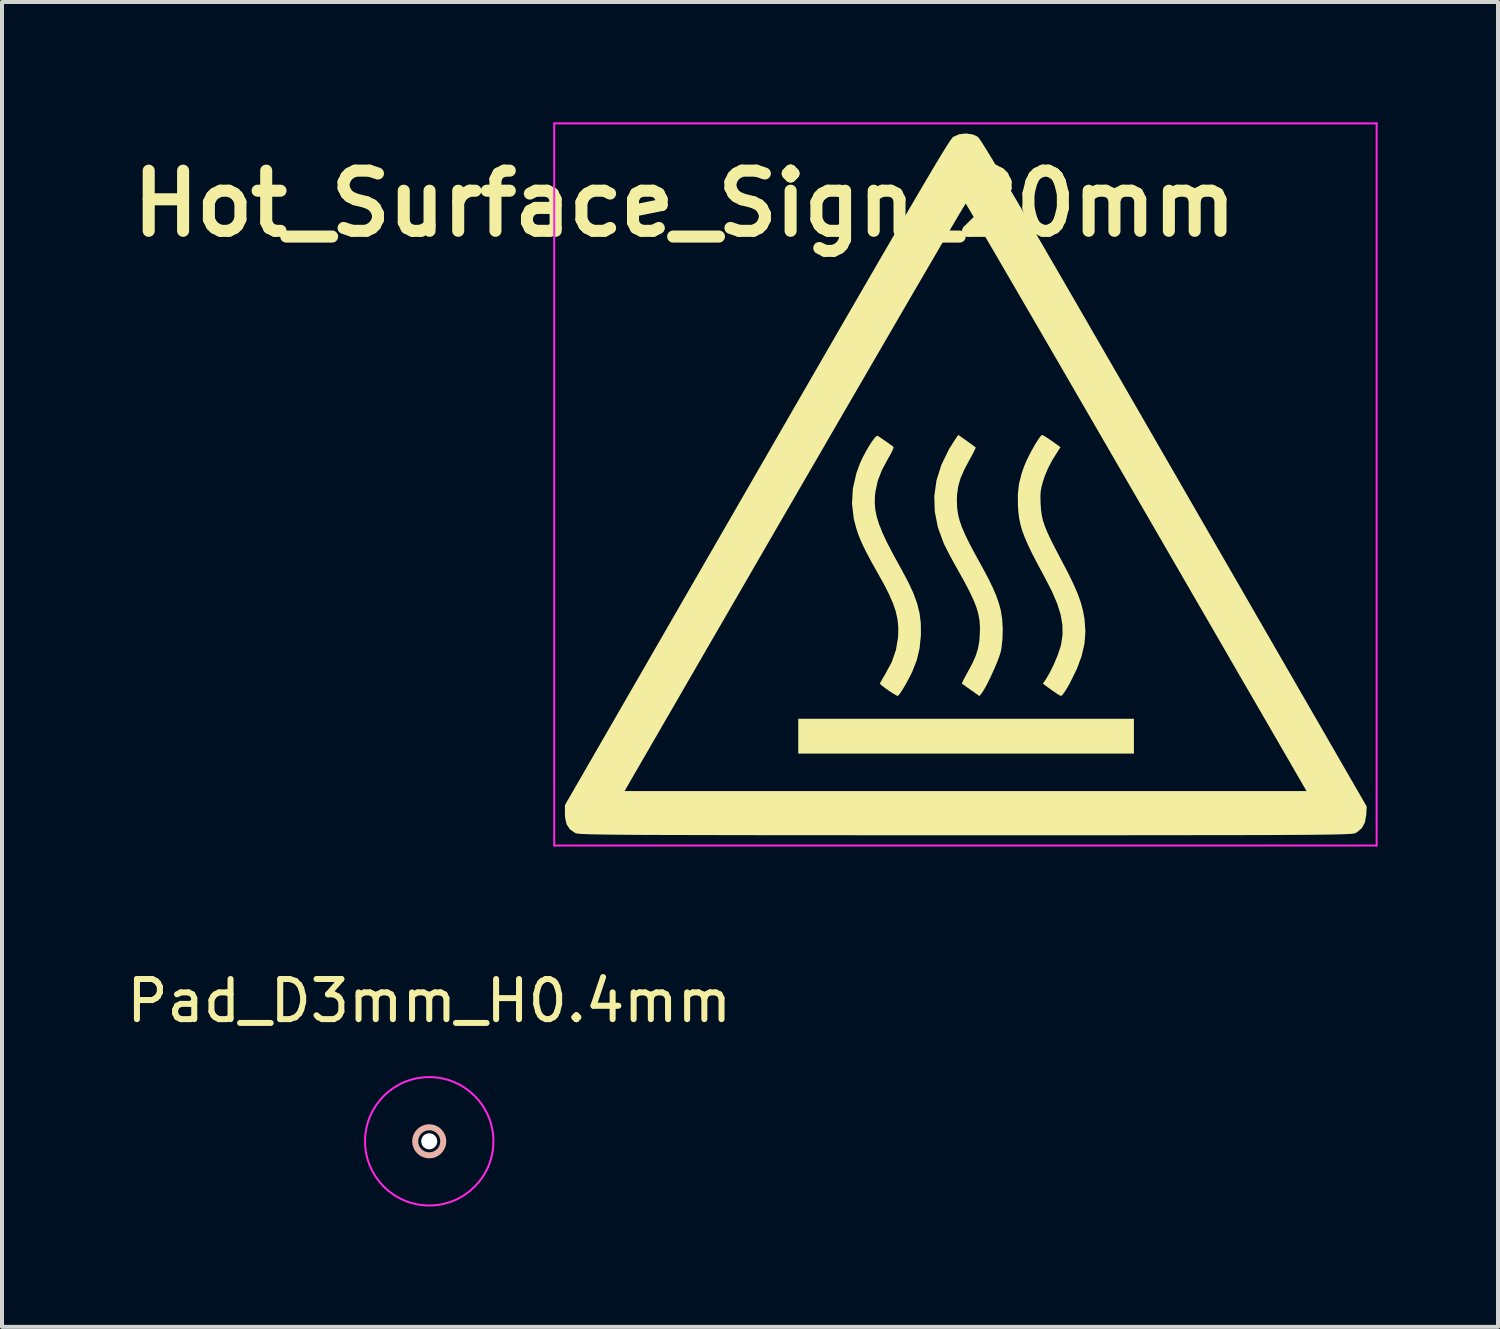
<source format=kicad_pcb>
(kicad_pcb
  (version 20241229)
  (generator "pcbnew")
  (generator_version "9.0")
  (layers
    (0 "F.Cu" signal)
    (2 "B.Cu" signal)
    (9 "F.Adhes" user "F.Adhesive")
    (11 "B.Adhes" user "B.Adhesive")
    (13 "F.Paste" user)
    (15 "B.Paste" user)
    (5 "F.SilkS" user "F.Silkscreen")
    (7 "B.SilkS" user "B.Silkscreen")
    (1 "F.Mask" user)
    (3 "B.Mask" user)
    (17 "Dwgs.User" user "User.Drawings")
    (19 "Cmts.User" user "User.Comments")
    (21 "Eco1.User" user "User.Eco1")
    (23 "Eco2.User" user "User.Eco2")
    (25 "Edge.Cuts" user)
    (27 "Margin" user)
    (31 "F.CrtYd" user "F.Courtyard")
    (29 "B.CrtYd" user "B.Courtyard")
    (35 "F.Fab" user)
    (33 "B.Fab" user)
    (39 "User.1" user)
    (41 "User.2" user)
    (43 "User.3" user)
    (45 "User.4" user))
  (footprint "Hot_Surface_Sign_20mm"
    (layer "F.Cu")
    (at 21.014 9.025)
    (property "Reference" "Hot_Surface_Sign_20mm" (at -7 -7 0) (layer "F.SilkS") (effects (font (size 1.5 1.5) (thickness 0.3))))
    (attr board_only exclude_from_pos_files exclude_from_bom)
    (fp_poly (pts (xy 4.2 6.275) (xy 4.2 6.709) (xy 0.017 6.709) (xy -4.167 6.709) (xy -4.167 6.275) (xy -4.167 5.841) (xy 0.017 5.841) (xy 4.2 5.841)) (stroke (width 0) (type solid)) (fill yes) (layer "F.SilkS"))
    (fp_poly (pts (xy 0.031 -1.087) (xy 0.132 -1.014) (xy 0.211 -0.957) (xy 0.253 -0.926) (xy 0.255 -0.924) (xy 0.246 -0.89) (xy 0.209 -0.812) (xy 0.152 -0.703) (xy 0.103 -0.616) (xy -0.029 -0.369) (xy -0.122 -0.154) (xy -0.179 0.046) (xy -0.208 0.248) (xy -0.213 0.417) (xy -0.206 0.582) (xy -0.184 0.741) (xy -0.144 0.903) (xy -0.082 1.079) (xy 0.005 1.279) (xy 0.121 1.512) (xy 0.269 1.788) (xy 0.314 1.869) (xy 0.469 2.151) (xy 0.592 2.387) (xy 0.689 2.588) (xy 0.764 2.764) (xy 0.822 2.925) (xy 0.867 3.081) (xy 0.882 3.142) (xy 0.917 3.36) (xy 0.931 3.612) (xy 0.923 3.868) (xy 0.895 4.1) (xy 0.881 4.17) (xy 0.844 4.287) (xy 0.786 4.441) (xy 0.711 4.616) (xy 0.63 4.795) (xy 0.548 4.962) (xy 0.473 5.1) (xy 0.413 5.194) (xy 0.409 5.199) (xy 0.349 5.275) (xy 0.138 5.126) (xy 0.036 5.054) (xy -0.043 4.997) (xy -0.084 4.967) (xy -0.087 4.964) (xy -0.077 4.932) (xy -0.04 4.855) (xy 0.016 4.748) (xy 0.051 4.687) (xy 0.171 4.463) (xy 0.256 4.273) (xy 0.312 4.096) (xy 0.344 3.913) (xy 0.358 3.751) (xy 0.363 3.569) (xy 0.352 3.4) (xy 0.323 3.233) (xy 0.272 3.059) (xy 0.196 2.867) (xy 0.092 2.648) (xy -0.044 2.391) (xy -0.173 2.161) (xy -0.274 1.981) (xy -0.371 1.802) (xy -0.456 1.64) (xy -0.52 1.513) (xy -0.541 1.469) (xy -0.686 1.073) (xy -0.764 0.679) (xy -0.776 0.287) (xy -0.721 -0.102) (xy -0.599 -0.489) (xy -0.411 -0.875) (xy -0.275 -1.093) (xy -0.179 -1.234)) (stroke (width 0) (type solid)) (fill yes) (layer "F.SilkS"))
    (fp_poly (pts (xy 1.951 -1.217) (xy 2.029 -1.168) (xy 2.131 -1.1) (xy 2.156 -1.082) (xy 2.37 -0.929) (xy 2.312 -0.84) (xy 2.167 -0.608) (xy 2.059 -0.403) (xy 1.977 -0.204) (xy 1.944 -0.107) (xy 1.902 0.038) (xy 1.878 0.157) (xy 1.869 0.278) (xy 1.872 0.428) (xy 1.875 0.494) (xy 1.885 0.636) (xy 1.904 0.768) (xy 1.933 0.898) (xy 1.978 1.036) (xy 2.042 1.193) (xy 2.127 1.376) (xy 2.239 1.596) (xy 2.379 1.863) (xy 2.407 1.915) (xy 2.57 2.228) (xy 2.7 2.497) (xy 2.801 2.731) (xy 2.876 2.941) (xy 2.929 3.138) (xy 2.965 3.331) (xy 2.969 3.356) (xy 2.991 3.664) (xy 2.968 3.966) (xy 2.898 4.274) (xy 2.779 4.597) (xy 2.607 4.945) (xy 2.54 5.065) (xy 2.476 5.167) (xy 2.422 5.241) (xy 2.387 5.272) (xy 2.385 5.273) (xy 2.343 5.254) (xy 2.263 5.204) (xy 2.162 5.135) (xy 2.14 5.119) (xy 1.931 4.967) (xy 2.001 4.862) (xy 2.106 4.684) (xy 2.209 4.473) (xy 2.3 4.255) (xy 2.367 4.055) (xy 2.386 3.981) (xy 2.421 3.743) (xy 2.417 3.5) (xy 2.373 3.244) (xy 2.286 2.967) (xy 2.154 2.661) (xy 1.992 2.345) (xy 1.822 2.029) (xy 1.682 1.761) (xy 1.571 1.533) (xy 1.485 1.337) (xy 1.419 1.163) (xy 1.373 1.003) (xy 1.34 0.849) (xy 1.32 0.691) (xy 1.309 0.544) (xy 1.306 0.252) (xy 1.334 -0.009) (xy 1.399 -0.267) (xy 1.468 -0.464) (xy 1.521 -0.589) (xy 1.59 -0.73) (xy 1.667 -0.874) (xy 1.744 -1.009) (xy 1.815 -1.123) (xy 1.872 -1.202) (xy 1.909 -1.235) (xy 1.911 -1.235)) (stroke (width 0) (type solid)) (fill yes) (layer "F.SilkS"))
    (fp_poly (pts (xy -2.141 -1.182) (xy -2.06 -1.127) (xy -1.963 -1.06) (xy -1.873 -0.995) (xy -1.808 -0.948) (xy -1.791 -0.935) (xy -1.796 -0.899) (xy -1.831 -0.82) (xy -1.888 -0.712) (xy -1.93 -0.64) (xy -2.084 -0.353) (xy -2.186 -0.085) (xy -2.243 0.181) (xy -2.256 0.3) (xy -2.26 0.465) (xy -2.246 0.631) (xy -2.211 0.804) (xy -2.152 0.992) (xy -2.068 1.204) (xy -1.954 1.447) (xy -1.808 1.728) (xy -1.628 2.056) (xy -1.602 2.103) (xy -1.429 2.425) (xy -1.297 2.71) (xy -1.202 2.969) (xy -1.142 3.215) (xy -1.112 3.46) (xy -1.109 3.716) (xy -1.111 3.772) (xy -1.144 4.092) (xy -1.212 4.379) (xy -1.323 4.662) (xy -1.376 4.773) (xy -1.462 4.934) (xy -1.543 5.075) (xy -1.613 5.185) (xy -1.666 5.254) (xy -1.692 5.273) (xy -1.73 5.255) (xy -1.806 5.209) (xy -1.907 5.143) (xy -1.924 5.131) (xy -2.023 5.06) (xy -2.097 5.003) (xy -2.131 4.969) (xy -2.132 4.967) (xy -2.116 4.929) (xy -2.073 4.851) (xy -2.011 4.749) (xy -2.002 4.733) (xy -1.837 4.428) (xy -1.732 4.127) (xy -1.68 3.815) (xy -1.676 3.755) (xy -1.674 3.555) (xy -1.693 3.362) (xy -1.736 3.167) (xy -1.807 2.959) (xy -1.909 2.727) (xy -2.045 2.461) (xy -2.19 2.203) (xy -2.353 1.913) (xy -2.483 1.667) (xy -2.586 1.454) (xy -2.665 1.261) (xy -2.725 1.079) (xy -2.773 0.896) (xy -2.784 0.847) (xy -2.827 0.481) (xy -2.806 0.106) (xy -2.72 -0.273) (xy -2.634 -0.512) (xy -2.566 -0.661) (xy -2.487 -0.812) (xy -2.405 -0.954) (xy -2.327 -1.074) (xy -2.259 -1.164) (xy -2.208 -1.21) (xy -2.189 -1.213)) (stroke (width 0) (type solid)) (fill yes) (layer "F.SilkS"))
    (fp_poly (pts (xy 0.183 -8.724) (xy 0.303 -8.669) (xy 0.32 -8.652) (xy 0.346 -8.619) (xy 0.383 -8.565) (xy 0.431 -8.491) (xy 0.492 -8.394) (xy 0.568 -8.272) (xy 0.658 -8.123) (xy 0.764 -7.946) (xy 0.887 -7.739) (xy 1.028 -7.5) (xy 1.188 -7.228) (xy 1.369 -6.919) (xy 1.571 -6.574) (xy 1.795 -6.189) (xy 2.042 -5.763) (xy 2.314 -5.295) (xy 2.611 -4.782) (xy 2.934 -4.223) (xy 3.285 -3.616) (xy 3.665 -2.959) (xy 4.074 -2.25) (xy 4.514 -1.488) (xy 4.985 -0.671) (xy 5.209 -0.283) (xy 10.002 8.027) (xy 9.992 8.229) (xy 9.959 8.421) (xy 9.883 8.566) (xy 9.759 8.67) (xy 9.721 8.691) (xy 9.706 8.696) (xy 9.682 8.701) (xy 9.648 8.706) (xy 9.602 8.71) (xy 9.54 8.714) (xy 9.461 8.718) (xy 9.363 8.721) (xy 9.242 8.724) (xy 9.098 8.727) (xy 8.927 8.729) (xy 8.727 8.732) (xy 8.497 8.734) (xy 8.233 8.736) (xy 7.934 8.737) (xy 7.598 8.739) (xy 7.221 8.74) (xy 6.802 8.741) (xy 6.339 8.742) (xy 5.829 8.742) (xy 5.27 8.743) (xy 4.66 8.743) (xy 3.996 8.744) (xy 3.276 8.744) (xy 2.498 8.744) (xy 1.66 8.744) (xy 0.759 8.744) (xy -0.005 8.744) (xy -0.957 8.744) (xy -1.845 8.744) (xy -2.671 8.744) (xy -3.437 8.743) (xy -4.145 8.743) (xy -4.798 8.743) (xy -5.398 8.742) (xy -5.947 8.741) (xy -6.448 8.74) (xy -6.902 8.739) (xy -7.312 8.738) (xy -7.68 8.737) (xy -8.009 8.736) (xy -8.301 8.734) (xy -8.557 8.732) (xy -8.781 8.73) (xy -8.974 8.727) (xy -9.139 8.725) (xy -9.279 8.722) (xy -9.394 8.719) (xy -9.488 8.715) (xy -9.563 8.712) (xy -9.621 8.708) (xy -9.664 8.703) (xy -9.695 8.698) (xy -9.716 8.693) (xy -9.726 8.689) (xy -9.858 8.598) (xy -9.94 8.474) (xy -9.979 8.308) (xy -9.983 8.211) (xy -9.983 7.994) (xy -9.781 7.643) (xy -8.496 7.643) (xy 0.003 7.643) (xy 8.503 7.643) (xy 8.42 7.502) (xy 8.396 7.46) (xy 8.341 7.364) (xy 8.254 7.215) (xy 8.139 7.015) (xy 7.996 6.768) (xy 7.827 6.476) (xy 7.633 6.141) (xy 7.416 5.766) (xy 7.177 5.353) (xy 6.917 4.905) (xy 6.639 4.425) (xy 6.344 3.914) (xy 6.033 3.377) (xy 5.707 2.814) (xy 5.368 2.228) (xy 5.017 1.623) (xy 4.657 1) (xy 4.288 0.362) (xy 4.185 0.184) (xy 3.814 -0.456) (xy 3.452 -1.081) (xy 3.101 -1.688) (xy 2.761 -2.274) (xy 2.434 -2.839) (xy 2.121 -3.378) (xy 1.824 -3.889) (xy 1.544 -4.371) (xy 1.283 -4.82) (xy 1.042 -5.234) (xy 0.823 -5.611) (xy 0.626 -5.948) (xy 0.454 -6.243) (xy 0.308 -6.493) (xy 0.189 -6.696) (xy 0.098 -6.849) (xy 0.038 -6.951) (xy 0.01 -6.997) (xy 0.007 -7) (xy -0.012 -6.972) (xy -0.063 -6.888) (xy -0.147 -6.748) (xy -0.262 -6.553) (xy -0.407 -6.306) (xy -0.583 -6.006) (xy -0.788 -5.655) (xy -1.021 -5.255) (xy -1.283 -4.806) (xy -1.572 -4.31) (xy -1.887 -3.767) (xy -2.229 -3.179) (xy -2.595 -2.548) (xy -2.987 -1.873) (xy -3.402 -1.157) (xy -3.841 -0.4) (xy -4.302 0.396) (xy -4.786 1.23) (xy -5.29 2.102) (xy -5.815 3.009) (xy -6.361 3.951) (xy -6.925 4.927) (xy -7.508 5.935) (xy -8.109 6.974) (xy -8.24 7.2) (xy -8.496 7.643) (xy -9.781 7.643) (xy -5.203 -0.294) (xy -4.721 -1.13) (xy -4.271 -1.91) (xy -3.852 -2.636) (xy -3.463 -3.31) (xy -3.103 -3.933) (xy -2.77 -4.508) (xy -2.465 -5.035) (xy -2.185 -5.518) (xy -1.929 -5.958) (xy -1.698 -6.357) (xy -1.488 -6.717) (xy -1.3 -7.039) (xy -1.132 -7.326) (xy -0.983 -7.579) (xy -0.852 -7.8) (xy -0.738 -7.991) (xy -0.64 -8.154) (xy -0.557 -8.29) (xy -0.487 -8.402) (xy -0.43 -8.492) (xy -0.385 -8.561) (xy -0.349 -8.611) (xy -0.324 -8.644) (xy -0.306 -8.662) (xy -0.304 -8.664) (xy -0.156 -8.729) (xy 0.015 -8.749)) (stroke (width 0) (type solid)) (fill yes) (layer "F.SilkS"))
    (fp_line (start -10.25 -9) (end 10.25 -9) (stroke (width 0.05) (type default)) (layer "F.CrtYd"))
    (fp_line (start -10.25 9) (end -10.25 -9) (stroke (width 0.05) (type default)) (layer "F.CrtYd"))
    (fp_line (start 10.25 -9) (end 10.25 9) (stroke (width 0.05) (type default)) (layer "F.CrtYd"))
    (fp_line (start 10.25 9) (end -10.25 9) (stroke (width 0.05) (type default)) (layer "F.CrtYd")))
  (footprint "Pad_D3mm_H0.4mm"
    (layer "F.Cu")
    (at 7.649 25.398)
    (property "Reference" "Pad_D3mm_H0.4mm" (at 0 -3.5 0) (layer "F.SilkS") (effects (font (size 1 1) (thickness 0.15))))
    (attr exclude_from_pos_files exclude_from_bom)
    (fp_circle (center 0 0) (end 0.35 0) (stroke (width 0.15) (type default)) (fill no) (layer "B.SilkS"))
    (fp_circle (center 0 0) (end 1.6 0) (stroke (width 0.05) (type solid)) (fill no) (layer "F.CrtYd"))
    (pad "1" thru_hole circle (at 0 0) (size 3 3) (drill 0.4) (layers "*.Cu" "F.Mask") (remove_unused_layers yes) (zone_layer_connections)))
  (gr_rect
    (start -3 -3)
    (end 34.289 30.023)
    (stroke (width 0.1) (type default))
    (fill no)
    (layer "Edge.Cuts")))
</source>
